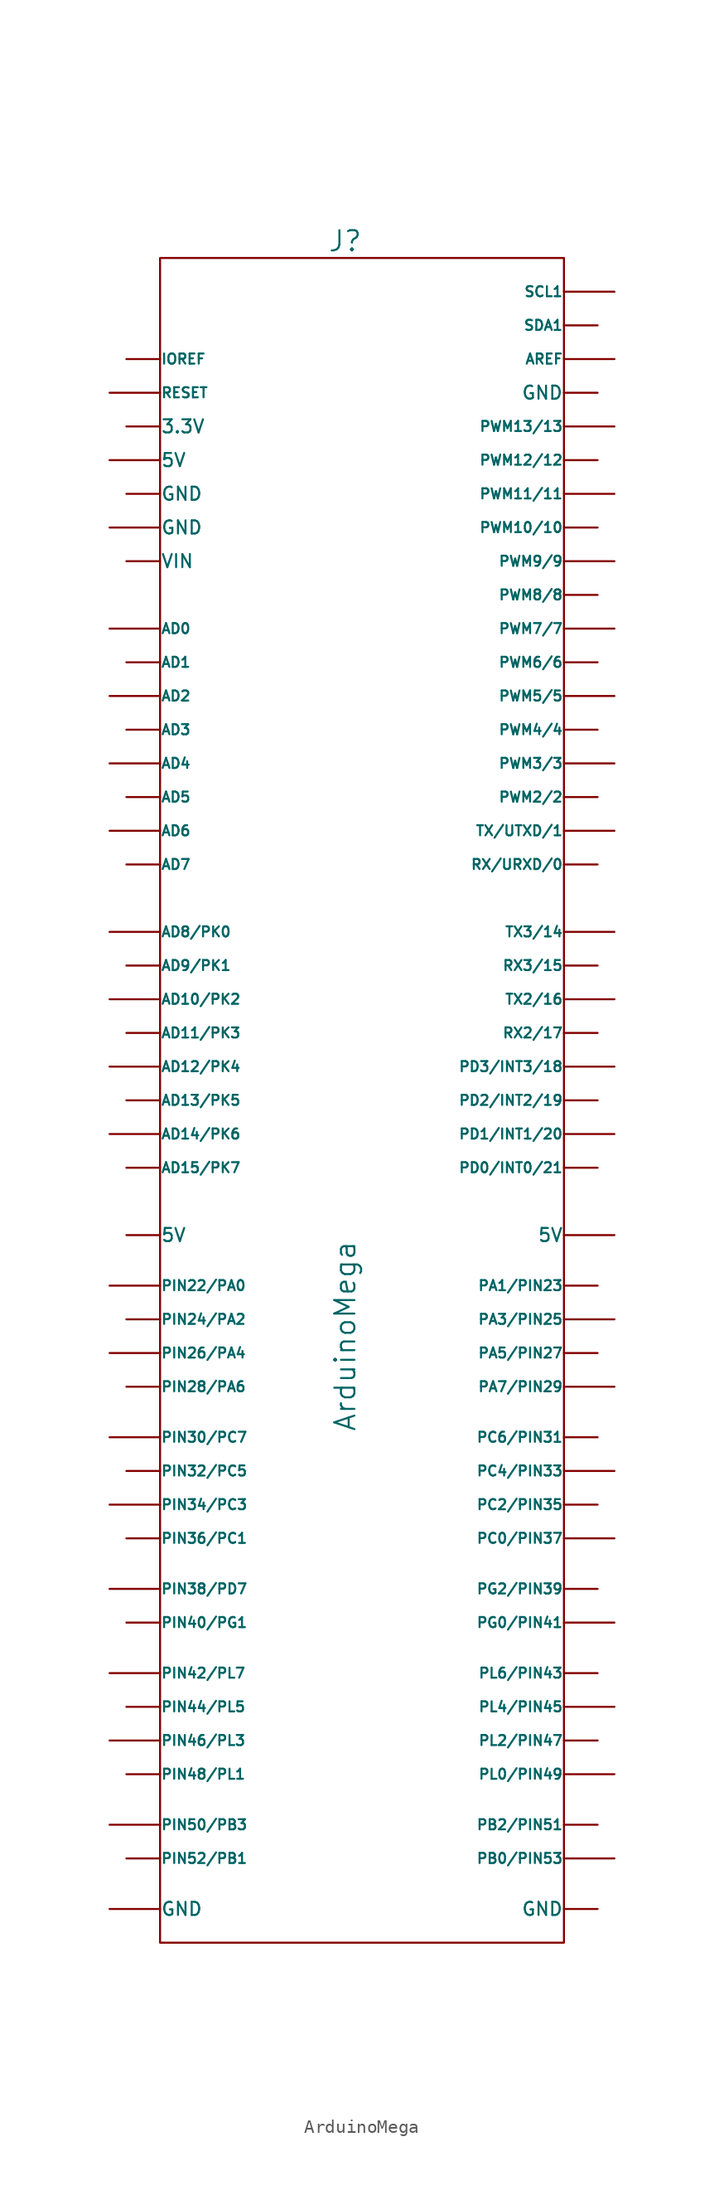
<source format=kicad_sym>
(kicad_symbol_lib
  (version 20211014)
  (generator kicad_symbol_editor)
  (symbol "ArduinoMega"
    (pin_numbers hide)
    (pin_names
      (offset 0.025))
    (property "Reference" "J"
      (at -1.27 62.23 0)
      (effects (font (size 1.524 1.524))))
    (property "Value" "ArduinoMega"
      (at -1.27 -20.32 90)
      (effects (font (size 1.524 1.524))))
    (property "Footprint" ""
      (at -5.08 -17.78 0)
      (effects (font (size 1.524 1.524))))
    (property "Datasheet" ""
      (at -5.08 -17.78 0)
      (effects (font (size 1.524 1.524))))
    (symbol "ArduinoMega_0_1"
      (rectangle (start 15.24 -66.04) (end -15.24 60.96) (stroke (width 0) (type default) (color 0 0 0 0)) (fill (type none))))
    (symbol "ArduinoMega_1_1"
      (pin passive line (at -17.78 30.48 0) (length 2.54) (name "AD1" (effects (font (size 0.762 0.762)))) (number "10" (effects (font (size 0.686 0.686)))))
      (pin passive line (at -19.05 27.94 0) (length 3.81) (name "AD2" (effects (font (size 0.762 0.762)))) (number "11" (effects (font (size 0.686 0.686)))))
      (pin passive line (at -17.78 25.4 0) (length 2.54) (name "AD3" (effects (font (size 0.762 0.762)))) (number "12" (effects (font (size 0.686 0.686)))))
      (pin passive line (at -19.05 22.86 0) (length 3.81) (name "AD4" (effects (font (size 0.762 0.762)))) (number "13" (effects (font (size 0.686 0.686)))))
      (pin passive line (at -17.78 20.32 0) (length 2.54) (name "AD5" (effects (font (size 0.762 0.762)))) (number "14" (effects (font (size 0.686 0.686)))))
      (pin passive line (at -19.05 17.78 0) (length 3.81) (name "AD6" (effects (font (size 0.762 0.762)))) (number "15" (effects (font (size 0.686 0.686)))))
      (pin passive line (at -17.78 15.24 0) (length 2.54) (name "AD7" (effects (font (size 0.762 0.762)))) (number "16" (effects (font (size 0.686 0.686)))))
      (pin passive line (at -19.05 10.16 0) (length 3.81) (name "AD8/PK0" (effects (font (size 0.762 0.762)))) (number "17" (effects (font (size 0.686 0.686)))))
      (pin passive line (at -17.78 7.62 0) (length 2.54) (name "AD9/PK1" (effects (font (size 0.762 0.762)))) (number "18" (effects (font (size 0.686 0.686)))))
      (pin passive line (at -19.05 5.08 0) (length 3.81) (name "AD10/PK2" (effects (font (size 0.762 0.762)))) (number "19" (effects (font (size 0.686 0.686)))))
      (pin passive line (at 17.78 -2.54 180) (length 2.54) (name "PD2/INT2/19" (effects (font (size 0.762 0.762)))) (number "19" (effects (font (size 0.686 0.686)))))
      (pin passive line (at -17.78 53.34 0) (length 2.54) (name "IOREF" (effects (font (size 0.762 0.762)))) (number "2" (effects (font (size 0.686 0.686)))))
      (pin passive line (at -17.78 2.54 0) (length 2.54) (name "AD11/PK3" (effects (font (size 0.762 0.762)))) (number "20" (effects (font (size 0.686 0.686)))))
      (pin passive line (at -19.05 0 0) (length 3.81) (name "AD12/PK4" (effects (font (size 0.762 0.762)))) (number "21" (effects (font (size 0.686 0.686)))))
      (pin passive line (at -17.78 -2.54 0) (length 2.54) (name "AD13/PK5" (effects (font (size 0.762 0.762)))) (number "22" (effects (font (size 0.686 0.686)))))
      (pin passive line (at -19.05 -5.08 0) (length 3.81) (name "AD14/PK6" (effects (font (size 0.762 0.762)))) (number "23" (effects (font (size 0.686 0.686)))))
      (pin passive line (at -17.78 -7.62 0) (length 2.54) (name "AD15/PK7" (effects (font (size 0.762 0.762)))) (number "24" (effects (font (size 0.686 0.686)))))
      (pin passive line (at -19.05 -63.5 0) (length 3.81) (name "GND" (effects (font (size 0.991 0.991)))) (number "25" (effects (font (size 0.686 0.686)))))
      (pin passive line (at -17.78 -59.69 0) (length 2.54) (name "PIN52/PB1" (effects (font (size 0.762 0.762)))) (number "26" (effects (font (size 0.686 0.686)))))
      (pin passive line (at -19.05 -57.15 0) (length 3.81) (name "PIN50/PB3" (effects (font (size 0.762 0.762)))) (number "27" (effects (font (size 0.686 0.686)))))
      (pin passive line (at -17.78 -53.34 0) (length 2.54) (name "PIN48/PL1" (effects (font (size 0.762 0.762)))) (number "28" (effects (font (size 0.686 0.686)))))
      (pin passive line (at -19.05 -50.8 0) (length 3.81) (name "PIN46/PL3" (effects (font (size 0.762 0.762)))) (number "29" (effects (font (size 0.686 0.686)))))
      (pin passive line (at -19.05 50.8 0) (length 3.81) (name "RESET" (effects (font (size 0.762 0.762)))) (number "3" (effects (font (size 0.686 0.686)))))
      (pin passive line (at -17.78 -48.26 0) (length 2.54) (name "PIN44/PL5" (effects (font (size 0.762 0.762)))) (number "30" (effects (font (size 0.686 0.686)))))
      (pin passive line (at -19.05 -45.72 0) (length 3.81) (name "PIN42/PL7" (effects (font (size 0.762 0.762)))) (number "31" (effects (font (size 0.686 0.686)))))
      (pin passive line (at -17.78 -41.91 0) (length 2.54) (name "PIN40/PG1" (effects (font (size 0.762 0.762)))) (number "32" (effects (font (size 0.686 0.686)))))
      (pin passive line (at -19.05 -39.37 0) (length 3.81) (name "PIN38/PD7" (effects (font (size 0.762 0.762)))) (number "33" (effects (font (size 0.686 0.686)))))
      (pin passive line (at -17.78 -35.56 0) (length 2.54) (name "PIN36/PC1" (effects (font (size 0.762 0.762)))) (number "34" (effects (font (size 0.686 0.686)))))
      (pin passive line (at -19.05 -33.02 0) (length 3.81) (name "PIN34/PC3" (effects (font (size 0.762 0.762)))) (number "35" (effects (font (size 0.686 0.686)))))
      (pin passive line (at -17.78 -30.48 0) (length 2.54) (name "PIN32/PC5" (effects (font (size 0.762 0.762)))) (number "36" (effects (font (size 0.686 0.686)))))
      (pin passive line (at -19.05 -27.94 0) (length 3.81) (name "PIN30/PC7" (effects (font (size 0.762 0.762)))) (number "37" (effects (font (size 0.686 0.686)))))
      (pin passive line (at -17.78 -24.13 0) (length 2.54) (name "PIN28/PA6" (effects (font (size 0.762 0.762)))) (number "38" (effects (font (size 0.686 0.686)))))
      (pin passive line (at -19.05 -21.59 0) (length 3.81) (name "PIN26/PA4" (effects (font (size 0.762 0.762)))) (number "39" (effects (font (size 0.686 0.686)))))
      (pin passive line (at -17.78 48.26 0) (length 2.54) (name "3.3V" (effects (font (size 0.991 0.991)))) (number "4" (effects (font (size 0.686 0.686)))))
      (pin passive line (at -17.78 -19.05 0) (length 2.54) (name "PIN24/PA2" (effects (font (size 0.762 0.762)))) (number "40" (effects (font (size 0.686 0.686)))))
      (pin passive line (at -19.05 -16.51 0) (length 3.81) (name "PIN22/PA0" (effects (font (size 0.762 0.762)))) (number "41" (effects (font (size 0.686 0.686)))))
      (pin passive line (at -17.78 -12.7 0) (length 2.54) (name "5V" (effects (font (size 0.991 0.991)))) (number "42" (effects (font (size 0.686 0.686)))))
      (pin passive line (at 17.78 -63.5 180) (length 2.54) (name "GND" (effects (font (size 0.991 0.991)))) (number "43" (effects (font (size 0.686 0.686)))))
      (pin passive line (at 19.05 -59.69 180) (length 3.81) (name "PB0/PIN53" (effects (font (size 0.762 0.762)))) (number "44" (effects (font (size 0.686 0.686)))))
      (pin passive line (at 17.78 -57.15 180) (length 2.54) (name "PB2/PIN51" (effects (font (size 0.762 0.762)))) (number "45" (effects (font (size 0.686 0.686)))))
      (pin passive line (at 19.05 -53.34 180) (length 3.81) (name "PL0/PIN49" (effects (font (size 0.762 0.762)))) (number "46" (effects (font (size 0.686 0.686)))))
      (pin passive line (at 17.78 -50.8 180) (length 2.54) (name "PL2/PIN47" (effects (font (size 0.762 0.762)))) (number "47" (effects (font (size 0.686 0.686)))))
      (pin passive line (at 19.05 -48.26 180) (length 3.81) (name "PL4/PIN45" (effects (font (size 0.762 0.762)))) (number "48" (effects (font (size 0.686 0.686)))))
      (pin passive line (at 17.78 -45.72 180) (length 2.54) (name "PL6/PIN43" (effects (font (size 0.762 0.762)))) (number "49" (effects (font (size 0.686 0.686)))))
      (pin passive line (at -19.05 45.72 0) (length 3.81) (name "5V" (effects (font (size 0.991 0.991)))) (number "5" (effects (font (size 0.686 0.686)))))
      (pin passive line (at 19.05 -41.91 180) (length 3.81) (name "PG0/PIN41" (effects (font (size 0.762 0.762)))) (number "50" (effects (font (size 0.686 0.686)))))
      (pin passive line (at 17.78 -39.37 180) (length 2.54) (name "PG2/PIN39" (effects (font (size 0.762 0.762)))) (number "51" (effects (font (size 0.686 0.686)))))
      (pin passive line (at 19.05 -35.56 180) (length 3.81) (name "PC0/PIN37" (effects (font (size 0.762 0.762)))) (number "52" (effects (font (size 0.686 0.686)))))
      (pin passive line (at 17.78 -33.02 180) (length 2.54) (name "PC2/PIN35" (effects (font (size 0.762 0.762)))) (number "53" (effects (font (size 0.686 0.686)))))
      (pin passive line (at 19.05 -30.48 180) (length 3.81) (name "PC4/PIN33" (effects (font (size 0.762 0.762)))) (number "54" (effects (font (size 0.686 0.686)))))
      (pin passive line (at 17.78 -27.94 180) (length 2.54) (name "PC6/PIN31" (effects (font (size 0.762 0.762)))) (number "55" (effects (font (size 0.686 0.686)))))
      (pin passive line (at 19.05 -24.13 180) (length 3.81) (name "PA7/PIN29" (effects (font (size 0.762 0.762)))) (number "56" (effects (font (size 0.686 0.686)))))
      (pin passive line (at 17.78 -21.59 180) (length 2.54) (name "PA5/PIN27" (effects (font (size 0.762 0.762)))) (number "57" (effects (font (size 0.686 0.686)))))
      (pin passive line (at 19.05 -19.05 180) (length 3.81) (name "PA3/PIN25" (effects (font (size 0.762 0.762)))) (number "58" (effects (font (size 0.686 0.686)))))
      (pin passive line (at 17.78 -16.51 180) (length 2.54) (name "PA1/PIN23" (effects (font (size 0.762 0.762)))) (number "59" (effects (font (size 0.686 0.686)))))
      (pin passive line (at -17.78 43.18 0) (length 2.54) (name "GND" (effects (font (size 0.991 0.991)))) (number "6" (effects (font (size 0.686 0.686)))))
      (pin passive line (at 19.05 -12.7 180) (length 3.81) (name "5V" (effects (font (size 0.991 0.991)))) (number "60" (effects (font (size 0.686 0.686)))))
      (pin passive line (at 17.78 -7.62 180) (length 2.54) (name "PD0/INT0/21" (effects (font (size 0.762 0.762)))) (number "61" (effects (font (size 0.686 0.686)))))
      (pin passive line (at 19.05 -5.08 180) (length 3.81) (name "PD1/INT1/20" (effects (font (size 0.762 0.762)))) (number "62" (effects (font (size 0.686 0.686)))))
      (pin passive line (at 19.05 0 180) (length 3.81) (name "PD3/INT3/18" (effects (font (size 0.762 0.762)))) (number "64" (effects (font (size 0.686 0.686)))))
      (pin passive line (at 17.78 2.54 180) (length 2.54) (name "RX2/17" (effects (font (size 0.762 0.762)))) (number "65" (effects (font (size 0.686 0.686)))))
      (pin passive line (at 19.05 5.08 180) (length 3.81) (name "TX2/16" (effects (font (size 0.762 0.762)))) (number "66" (effects (font (size 0.686 0.686)))))
      (pin passive line (at 17.78 7.62 180) (length 2.54) (name "RX3/15" (effects (font (size 0.762 0.762)))) (number "67" (effects (font (size 0.686 0.686)))))
      (pin passive line (at 19.05 10.16 180) (length 3.81) (name "TX3/14" (effects (font (size 0.762 0.762)))) (number "68" (effects (font (size 0.686 0.686)))))
      (pin passive line (at 17.78 15.24 180) (length 2.54) (name "RX/URXD/0" (effects (font (size 0.762 0.762)))) (number "69" (effects (font (size 0.686 0.686)))))
      (pin passive line (at -19.05 40.64 0) (length 3.81) (name "GND" (effects (font (size 0.991 0.991)))) (number "7" (effects (font (size 0.686 0.686)))))
      (pin passive line (at 19.05 17.78 180) (length 3.81) (name "TX/UTXD/1" (effects (font (size 0.762 0.762)))) (number "70" (effects (font (size 0.686 0.686)))))
      (pin passive line (at 17.78 20.32 180) (length 2.54) (name "PWM2/2" (effects (font (size 0.762 0.762)))) (number "71" (effects (font (size 0.686 0.686)))))
      (pin passive line (at 19.05 22.86 180) (length 3.81) (name "PWM3/3" (effects (font (size 0.762 0.762)))) (number "72" (effects (font (size 0.686 0.686)))))
      (pin passive line (at 17.78 25.4 180) (length 2.54) (name "PWM4/4" (effects (font (size 0.762 0.762)))) (number "73" (effects (font (size 0.686 0.686)))))
      (pin passive line (at 19.05 27.94 180) (length 3.81) (name "PWM5/5" (effects (font (size 0.762 0.762)))) (number "74" (effects (font (size 0.686 0.686)))))
      (pin passive line (at 17.78 30.48 180) (length 2.54) (name "PWM6/6" (effects (font (size 0.762 0.762)))) (number "75" (effects (font (size 0.686 0.686)))))
      (pin passive line (at 19.05 33.02 180) (length 3.81) (name "PWM7/7" (effects (font (size 0.762 0.762)))) (number "76" (effects (font (size 0.686 0.686)))))
      (pin passive line (at 17.78 35.56 180) (length 2.54) (name "PWM8/8" (effects (font (size 0.762 0.762)))) (number "77" (effects (font (size 0.686 0.686)))))
      (pin passive line (at 19.05 38.1 180) (length 3.81) (name "PWM9/9" (effects (font (size 0.762 0.762)))) (number "78" (effects (font (size 0.686 0.686)))))
      (pin passive line (at 17.78 40.64 180) (length 2.54) (name "PWM10/10" (effects (font (size 0.762 0.762)))) (number "79" (effects (font (size 0.686 0.686)))))
      (pin passive line (at -17.78 38.1 0) (length 2.54) (name "VIN" (effects (font (size 0.991 0.991)))) (number "8" (effects (font (size 0.686 0.686)))))
      (pin passive line (at 19.05 43.18 180) (length 3.81) (name "PWM11/11" (effects (font (size 0.762 0.762)))) (number "80" (effects (font (size 0.686 0.686)))))
      (pin passive line (at 17.78 45.72 180) (length 2.54) (name "PWM12/12" (effects (font (size 0.762 0.762)))) (number "81" (effects (font (size 0.686 0.686)))))
      (pin passive line (at 19.05 48.26 180) (length 3.81) (name "PWM13/13" (effects (font (size 0.762 0.762)))) (number "82" (effects (font (size 0.686 0.686)))))
      (pin passive line (at 17.78 50.8 180) (length 2.54) (name "GND" (effects (font (size 0.991 0.991)))) (number "83" (effects (font (size 0.686 0.686)))))
      (pin passive line (at 19.05 53.34 180) (length 3.81) (name "AREF" (effects (font (size 0.762 0.762)))) (number "84" (effects (font (size 0.686 0.686)))))
      (pin passive line (at 17.78 55.88 180) (length 2.54) (name "SDA1" (effects (font (size 0.762 0.762)))) (number "85" (effects (font (size 0.686 0.686)))))
      (pin passive line (at 19.05 58.42 180) (length 3.81) (name "SCL1" (effects (font (size 0.762 0.762)))) (number "86" (effects (font (size 0.686 0.686)))))
      (pin passive line (at -19.05 33.02 0) (length 3.81) (name "AD0" (effects (font (size 0.762 0.762)))) (number "9" (effects (font (size 0.686 0.686))))))))
</source>
